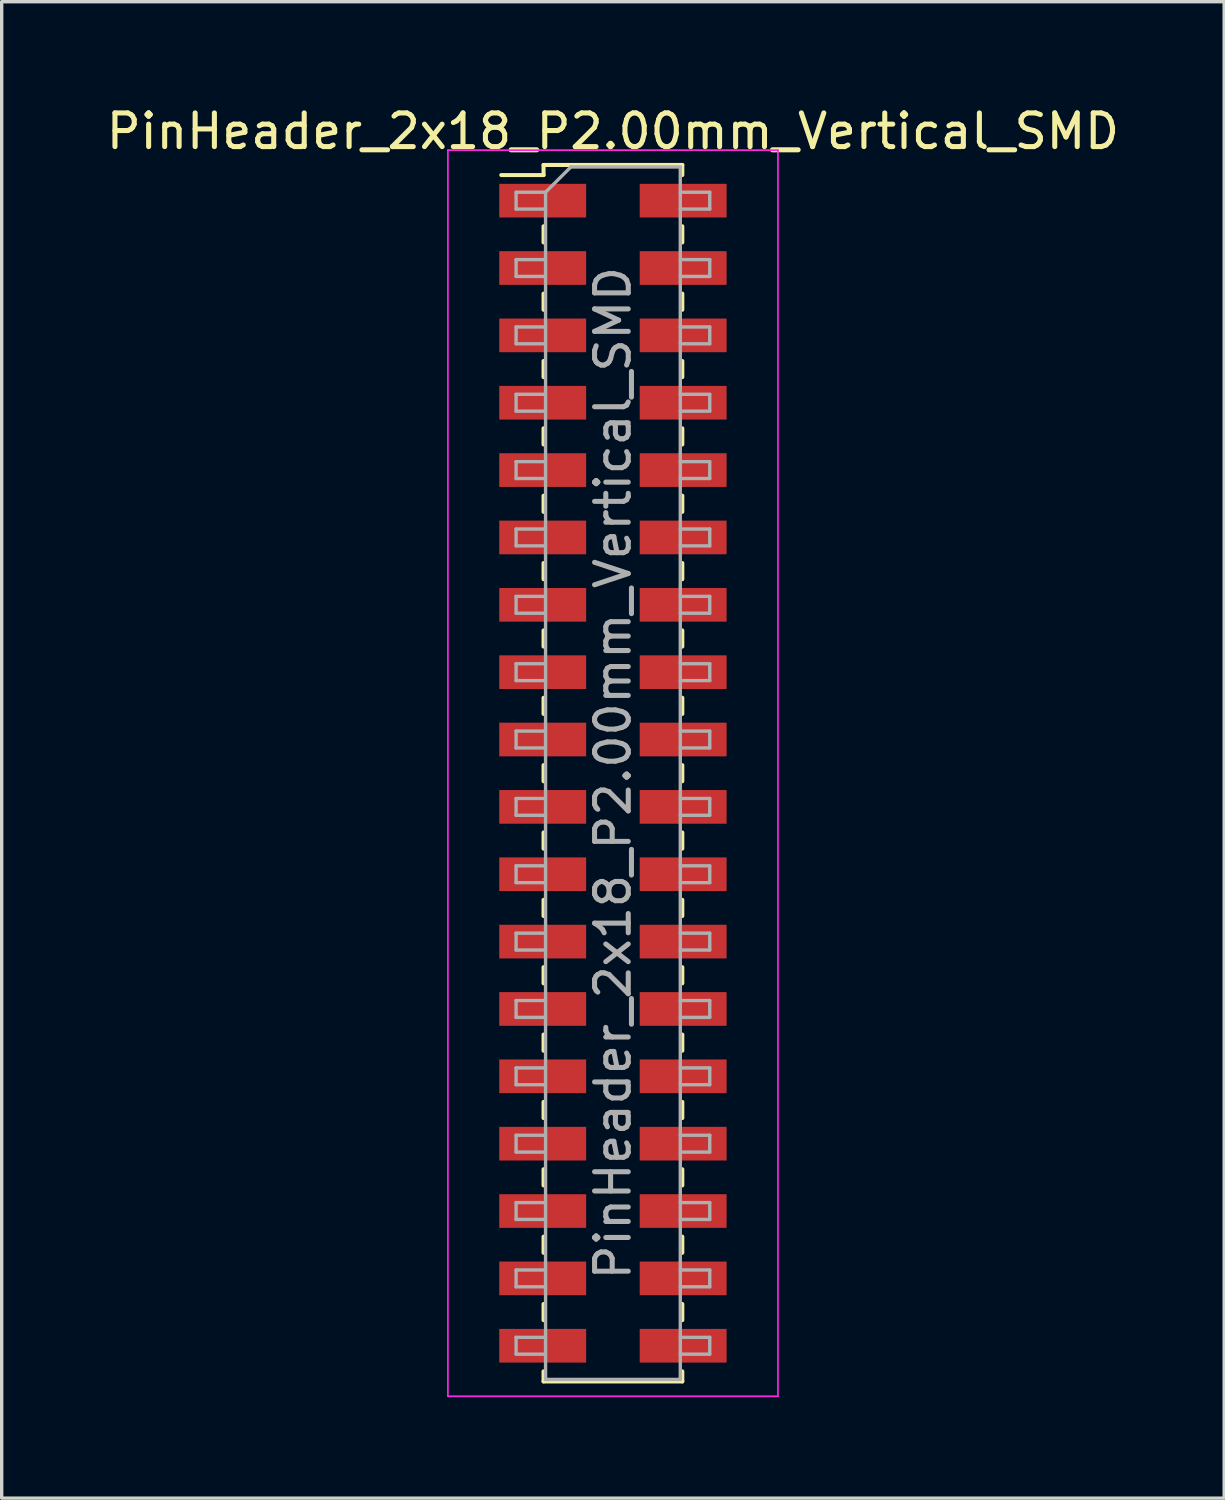
<source format=kicad_pcb>
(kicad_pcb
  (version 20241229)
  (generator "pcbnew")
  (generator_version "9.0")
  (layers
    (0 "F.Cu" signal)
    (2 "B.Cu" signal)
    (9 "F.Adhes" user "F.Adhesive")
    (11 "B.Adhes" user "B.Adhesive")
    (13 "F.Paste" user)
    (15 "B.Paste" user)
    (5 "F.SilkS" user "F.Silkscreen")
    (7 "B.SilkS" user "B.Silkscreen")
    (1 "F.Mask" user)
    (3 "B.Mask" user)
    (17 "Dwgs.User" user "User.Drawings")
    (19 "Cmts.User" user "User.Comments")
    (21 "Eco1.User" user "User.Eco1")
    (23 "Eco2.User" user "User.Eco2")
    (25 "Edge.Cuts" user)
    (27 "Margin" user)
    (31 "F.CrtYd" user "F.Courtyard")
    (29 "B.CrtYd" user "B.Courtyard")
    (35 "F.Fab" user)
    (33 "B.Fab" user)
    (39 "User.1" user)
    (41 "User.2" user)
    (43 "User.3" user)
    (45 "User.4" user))
  (footprint "PinHeader_2x18_P2.00mm_Vertical_SMD"
    (layer "F.Cu")
    (at 15.149 19.908)
    (property "Reference" "PinHeader_2x18_P2.00mm_Vertical_SMD" (at 0 -19.06 0) (layer "F.SilkS") (effects (font (size 1 1) (thickness 0.15))))
    (attr smd)
    (fp_line (start -3.315 -17.76) (end -2.06 -17.76) (stroke (width 0.12) (type solid)) (layer "F.SilkS"))
    (fp_line (start -2.06 -18.06) (end -2.06 -17.76) (stroke (width 0.12) (type solid)) (layer "F.SilkS"))
    (fp_line (start -2.06 -18.06) (end 2.06 -18.06) (stroke (width 0.12) (type solid)) (layer "F.SilkS"))
    (fp_line (start -2.06 -16.24) (end -2.06 -15.76) (stroke (width 0.12) (type solid)) (layer "F.SilkS"))
    (fp_line (start -2.06 -14.24) (end -2.06 -13.76) (stroke (width 0.12) (type solid)) (layer "F.SilkS"))
    (fp_line (start -2.06 -12.24) (end -2.06 -11.76) (stroke (width 0.12) (type solid)) (layer "F.SilkS"))
    (fp_line (start -2.06 -10.24) (end -2.06 -9.76) (stroke (width 0.12) (type solid)) (layer "F.SilkS"))
    (fp_line (start -2.06 -8.24) (end -2.06 -7.76) (stroke (width 0.12) (type solid)) (layer "F.SilkS"))
    (fp_line (start -2.06 -6.24) (end -2.06 -5.76) (stroke (width 0.12) (type solid)) (layer "F.SilkS"))
    (fp_line (start -2.06 -4.24) (end -2.06 -3.76) (stroke (width 0.12) (type solid)) (layer "F.SilkS"))
    (fp_line (start -2.06 -2.24) (end -2.06 -1.76) (stroke (width 0.12) (type solid)) (layer "F.SilkS"))
    (fp_line (start -2.06 -0.24) (end -2.06 0.24) (stroke (width 0.12) (type solid)) (layer "F.SilkS"))
    (fp_line (start -2.06 1.76) (end -2.06 2.24) (stroke (width 0.12) (type solid)) (layer "F.SilkS"))
    (fp_line (start -2.06 3.76) (end -2.06 4.24) (stroke (width 0.12) (type solid)) (layer "F.SilkS"))
    (fp_line (start -2.06 5.76) (end -2.06 6.24) (stroke (width 0.12) (type solid)) (layer "F.SilkS"))
    (fp_line (start -2.06 7.76) (end -2.06 8.24) (stroke (width 0.12) (type solid)) (layer "F.SilkS"))
    (fp_line (start -2.06 9.76) (end -2.06 10.24) (stroke (width 0.12) (type solid)) (layer "F.SilkS"))
    (fp_line (start -2.06 11.76) (end -2.06 12.24) (stroke (width 0.12) (type solid)) (layer "F.SilkS"))
    (fp_line (start -2.06 13.76) (end -2.06 14.24) (stroke (width 0.12) (type solid)) (layer "F.SilkS"))
    (fp_line (start -2.06 15.76) (end -2.06 16.24) (stroke (width 0.12) (type solid)) (layer "F.SilkS"))
    (fp_line (start -2.06 17.76) (end -2.06 18.06) (stroke (width 0.12) (type solid)) (layer "F.SilkS"))
    (fp_line (start -2.06 18.06) (end 2.06 18.06) (stroke (width 0.12) (type solid)) (layer "F.SilkS"))
    (fp_line (start 2.06 -18.06) (end 2.06 -17.76) (stroke (width 0.12) (type solid)) (layer "F.SilkS"))
    (fp_line (start 2.06 -16.24) (end 2.06 -15.76) (stroke (width 0.12) (type solid)) (layer "F.SilkS"))
    (fp_line (start 2.06 -14.24) (end 2.06 -13.76) (stroke (width 0.12) (type solid)) (layer "F.SilkS"))
    (fp_line (start 2.06 -12.24) (end 2.06 -11.76) (stroke (width 0.12) (type solid)) (layer "F.SilkS"))
    (fp_line (start 2.06 -10.24) (end 2.06 -9.76) (stroke (width 0.12) (type solid)) (layer "F.SilkS"))
    (fp_line (start 2.06 -8.24) (end 2.06 -7.76) (stroke (width 0.12) (type solid)) (layer "F.SilkS"))
    (fp_line (start 2.06 -6.24) (end 2.06 -5.76) (stroke (width 0.12) (type solid)) (layer "F.SilkS"))
    (fp_line (start 2.06 -4.24) (end 2.06 -3.76) (stroke (width 0.12) (type solid)) (layer "F.SilkS"))
    (fp_line (start 2.06 -2.24) (end 2.06 -1.76) (stroke (width 0.12) (type solid)) (layer "F.SilkS"))
    (fp_line (start 2.06 -0.24) (end 2.06 0.24) (stroke (width 0.12) (type solid)) (layer "F.SilkS"))
    (fp_line (start 2.06 1.76) (end 2.06 2.24) (stroke (width 0.12) (type solid)) (layer "F.SilkS"))
    (fp_line (start 2.06 3.76) (end 2.06 4.24) (stroke (width 0.12) (type solid)) (layer "F.SilkS"))
    (fp_line (start 2.06 5.76) (end 2.06 6.24) (stroke (width 0.12) (type solid)) (layer "F.SilkS"))
    (fp_line (start 2.06 7.76) (end 2.06 8.24) (stroke (width 0.12) (type solid)) (layer "F.SilkS"))
    (fp_line (start 2.06 9.76) (end 2.06 10.24) (stroke (width 0.12) (type solid)) (layer "F.SilkS"))
    (fp_line (start 2.06 11.76) (end 2.06 12.24) (stroke (width 0.12) (type solid)) (layer "F.SilkS"))
    (fp_line (start 2.06 13.76) (end 2.06 14.24) (stroke (width 0.12) (type solid)) (layer "F.SilkS"))
    (fp_line (start 2.06 15.76) (end 2.06 16.24) (stroke (width 0.12) (type solid)) (layer "F.SilkS"))
    (fp_line (start 2.06 17.76) (end 2.06 18.06) (stroke (width 0.12) (type solid)) (layer "F.SilkS"))
    (fp_line (start -4.9 -18.5) (end -4.9 18.5) (stroke (width 0.05) (type solid)) (layer "F.CrtYd"))
    (fp_line (start -4.9 18.5) (end 4.9 18.5) (stroke (width 0.05) (type solid)) (layer "F.CrtYd"))
    (fp_line (start 4.9 -18.5) (end -4.9 -18.5) (stroke (width 0.05) (type solid)) (layer "F.CrtYd"))
    (fp_line (start 4.9 18.5) (end 4.9 -18.5) (stroke (width 0.05) (type solid)) (layer "F.CrtYd"))
    (fp_line (start -2.875 -17.25) (end -2.875 -16.75) (stroke (width 0.1) (type solid)) (layer "F.Fab"))
    (fp_line (start -2.875 -16.75) (end -2 -16.75) (stroke (width 0.1) (type solid)) (layer "F.Fab"))
    (fp_line (start -2.875 -15.25) (end -2.875 -14.75) (stroke (width 0.1) (type solid)) (layer "F.Fab"))
    (fp_line (start -2.875 -14.75) (end -2 -14.75) (stroke (width 0.1) (type solid)) (layer "F.Fab"))
    (fp_line (start -2.875 -13.25) (end -2.875 -12.75) (stroke (width 0.1) (type solid)) (layer "F.Fab"))
    (fp_line (start -2.875 -12.75) (end -2 -12.75) (stroke (width 0.1) (type solid)) (layer "F.Fab"))
    (fp_line (start -2.875 -11.25) (end -2.875 -10.75) (stroke (width 0.1) (type solid)) (layer "F.Fab"))
    (fp_line (start -2.875 -10.75) (end -2 -10.75) (stroke (width 0.1) (type solid)) (layer "F.Fab"))
    (fp_line (start -2.875 -9.25) (end -2.875 -8.75) (stroke (width 0.1) (type solid)) (layer "F.Fab"))
    (fp_line (start -2.875 -8.75) (end -2 -8.75) (stroke (width 0.1) (type solid)) (layer "F.Fab"))
    (fp_line (start -2.875 -7.25) (end -2.875 -6.75) (stroke (width 0.1) (type solid)) (layer "F.Fab"))
    (fp_line (start -2.875 -6.75) (end -2 -6.75) (stroke (width 0.1) (type solid)) (layer "F.Fab"))
    (fp_line (start -2.875 -5.25) (end -2.875 -4.75) (stroke (width 0.1) (type solid)) (layer "F.Fab"))
    (fp_line (start -2.875 -4.75) (end -2 -4.75) (stroke (width 0.1) (type solid)) (layer "F.Fab"))
    (fp_line (start -2.875 -3.25) (end -2.875 -2.75) (stroke (width 0.1) (type solid)) (layer "F.Fab"))
    (fp_line (start -2.875 -2.75) (end -2 -2.75) (stroke (width 0.1) (type solid)) (layer "F.Fab"))
    (fp_line (start -2.875 -1.25) (end -2.875 -0.75) (stroke (width 0.1) (type solid)) (layer "F.Fab"))
    (fp_line (start -2.875 -0.75) (end -2 -0.75) (stroke (width 0.1) (type solid)) (layer "F.Fab"))
    (fp_line (start -2.875 0.75) (end -2.875 1.25) (stroke (width 0.1) (type solid)) (layer "F.Fab"))
    (fp_line (start -2.875 1.25) (end -2 1.25) (stroke (width 0.1) (type solid)) (layer "F.Fab"))
    (fp_line (start -2.875 2.75) (end -2.875 3.25) (stroke (width 0.1) (type solid)) (layer "F.Fab"))
    (fp_line (start -2.875 3.25) (end -2 3.25) (stroke (width 0.1) (type solid)) (layer "F.Fab"))
    (fp_line (start -2.875 4.75) (end -2.875 5.25) (stroke (width 0.1) (type solid)) (layer "F.Fab"))
    (fp_line (start -2.875 5.25) (end -2 5.25) (stroke (width 0.1) (type solid)) (layer "F.Fab"))
    (fp_line (start -2.875 6.75) (end -2.875 7.25) (stroke (width 0.1) (type solid)) (layer "F.Fab"))
    (fp_line (start -2.875 7.25) (end -2 7.25) (stroke (width 0.1) (type solid)) (layer "F.Fab"))
    (fp_line (start -2.875 8.75) (end -2.875 9.25) (stroke (width 0.1) (type solid)) (layer "F.Fab"))
    (fp_line (start -2.875 9.25) (end -2 9.25) (stroke (width 0.1) (type solid)) (layer "F.Fab"))
    (fp_line (start -2.875 10.75) (end -2.875 11.25) (stroke (width 0.1) (type solid)) (layer "F.Fab"))
    (fp_line (start -2.875 11.25) (end -2 11.25) (stroke (width 0.1) (type solid)) (layer "F.Fab"))
    (fp_line (start -2.875 12.75) (end -2.875 13.25) (stroke (width 0.1) (type solid)) (layer "F.Fab"))
    (fp_line (start -2.875 13.25) (end -2 13.25) (stroke (width 0.1) (type solid)) (layer "F.Fab"))
    (fp_line (start -2.875 14.75) (end -2.875 15.25) (stroke (width 0.1) (type solid)) (layer "F.Fab"))
    (fp_line (start -2.875 15.25) (end -2 15.25) (stroke (width 0.1) (type solid)) (layer "F.Fab"))
    (fp_line (start -2.875 16.75) (end -2.875 17.25) (stroke (width 0.1) (type solid)) (layer "F.Fab"))
    (fp_line (start -2.875 17.25) (end -2 17.25) (stroke (width 0.1) (type solid)) (layer "F.Fab"))
    (fp_line (start -2 -17.25) (end -2.875 -17.25) (stroke (width 0.1) (type solid)) (layer "F.Fab"))
    (fp_line (start -2 -17.25) (end -1.25 -18) (stroke (width 0.1) (type solid)) (layer "F.Fab"))
    (fp_line (start -2 -15.25) (end -2.875 -15.25) (stroke (width 0.1) (type solid)) (layer "F.Fab"))
    (fp_line (start -2 -13.25) (end -2.875 -13.25) (stroke (width 0.1) (type solid)) (layer "F.Fab"))
    (fp_line (start -2 -11.25) (end -2.875 -11.25) (stroke (width 0.1) (type solid)) (layer "F.Fab"))
    (fp_line (start -2 -9.25) (end -2.875 -9.25) (stroke (width 0.1) (type solid)) (layer "F.Fab"))
    (fp_line (start -2 -7.25) (end -2.875 -7.25) (stroke (width 0.1) (type solid)) (layer "F.Fab"))
    (fp_line (start -2 -5.25) (end -2.875 -5.25) (stroke (width 0.1) (type solid)) (layer "F.Fab"))
    (fp_line (start -2 -3.25) (end -2.875 -3.25) (stroke (width 0.1) (type solid)) (layer "F.Fab"))
    (fp_line (start -2 -1.25) (end -2.875 -1.25) (stroke (width 0.1) (type solid)) (layer "F.Fab"))
    (fp_line (start -2 0.75) (end -2.875 0.75) (stroke (width 0.1) (type solid)) (layer "F.Fab"))
    (fp_line (start -2 2.75) (end -2.875 2.75) (stroke (width 0.1) (type solid)) (layer "F.Fab"))
    (fp_line (start -2 4.75) (end -2.875 4.75) (stroke (width 0.1) (type solid)) (layer "F.Fab"))
    (fp_line (start -2 6.75) (end -2.875 6.75) (stroke (width 0.1) (type solid)) (layer "F.Fab"))
    (fp_line (start -2 8.75) (end -2.875 8.75) (stroke (width 0.1) (type solid)) (layer "F.Fab"))
    (fp_line (start -2 10.75) (end -2.875 10.75) (stroke (width 0.1) (type solid)) (layer "F.Fab"))
    (fp_line (start -2 12.75) (end -2.875 12.75) (stroke (width 0.1) (type solid)) (layer "F.Fab"))
    (fp_line (start -2 14.75) (end -2.875 14.75) (stroke (width 0.1) (type solid)) (layer "F.Fab"))
    (fp_line (start -2 16.75) (end -2.875 16.75) (stroke (width 0.1) (type solid)) (layer "F.Fab"))
    (fp_line (start -2 18) (end -2 -17.25) (stroke (width 0.1) (type solid)) (layer "F.Fab"))
    (fp_line (start -1.25 -18) (end 2 -18) (stroke (width 0.1) (type solid)) (layer "F.Fab"))
    (fp_line (start 2 -18) (end 2 18) (stroke (width 0.1) (type solid)) (layer "F.Fab"))
    (fp_line (start 2 -17.25) (end 2.875 -17.25) (stroke (width 0.1) (type solid)) (layer "F.Fab"))
    (fp_line (start 2 -15.25) (end 2.875 -15.25) (stroke (width 0.1) (type solid)) (layer "F.Fab"))
    (fp_line (start 2 -13.25) (end 2.875 -13.25) (stroke (width 0.1) (type solid)) (layer "F.Fab"))
    (fp_line (start 2 -11.25) (end 2.875 -11.25) (stroke (width 0.1) (type solid)) (layer "F.Fab"))
    (fp_line (start 2 -9.25) (end 2.875 -9.25) (stroke (width 0.1) (type solid)) (layer "F.Fab"))
    (fp_line (start 2 -7.25) (end 2.875 -7.25) (stroke (width 0.1) (type solid)) (layer "F.Fab"))
    (fp_line (start 2 -5.25) (end 2.875 -5.25) (stroke (width 0.1) (type solid)) (layer "F.Fab"))
    (fp_line (start 2 -3.25) (end 2.875 -3.25) (stroke (width 0.1) (type solid)) (layer "F.Fab"))
    (fp_line (start 2 -1.25) (end 2.875 -1.25) (stroke (width 0.1) (type solid)) (layer "F.Fab"))
    (fp_line (start 2 0.75) (end 2.875 0.75) (stroke (width 0.1) (type solid)) (layer "F.Fab"))
    (fp_line (start 2 2.75) (end 2.875 2.75) (stroke (width 0.1) (type solid)) (layer "F.Fab"))
    (fp_line (start 2 4.75) (end 2.875 4.75) (stroke (width 0.1) (type solid)) (layer "F.Fab"))
    (fp_line (start 2 6.75) (end 2.875 6.75) (stroke (width 0.1) (type solid)) (layer "F.Fab"))
    (fp_line (start 2 8.75) (end 2.875 8.75) (stroke (width 0.1) (type solid)) (layer "F.Fab"))
    (fp_line (start 2 10.75) (end 2.875 10.75) (stroke (width 0.1) (type solid)) (layer "F.Fab"))
    (fp_line (start 2 12.75) (end 2.875 12.75) (stroke (width 0.1) (type solid)) (layer "F.Fab"))
    (fp_line (start 2 14.75) (end 2.875 14.75) (stroke (width 0.1) (type solid)) (layer "F.Fab"))
    (fp_line (start 2 16.75) (end 2.875 16.75) (stroke (width 0.1) (type solid)) (layer "F.Fab"))
    (fp_line (start 2 18) (end -2 18) (stroke (width 0.1) (type solid)) (layer "F.Fab"))
    (fp_line (start 2.875 -17.25) (end 2.875 -16.75) (stroke (width 0.1) (type solid)) (layer "F.Fab"))
    (fp_line (start 2.875 -16.75) (end 2 -16.75) (stroke (width 0.1) (type solid)) (layer "F.Fab"))
    (fp_line (start 2.875 -15.25) (end 2.875 -14.75) (stroke (width 0.1) (type solid)) (layer "F.Fab"))
    (fp_line (start 2.875 -14.75) (end 2 -14.75) (stroke (width 0.1) (type solid)) (layer "F.Fab"))
    (fp_line (start 2.875 -13.25) (end 2.875 -12.75) (stroke (width 0.1) (type solid)) (layer "F.Fab"))
    (fp_line (start 2.875 -12.75) (end 2 -12.75) (stroke (width 0.1) (type solid)) (layer "F.Fab"))
    (fp_line (start 2.875 -11.25) (end 2.875 -10.75) (stroke (width 0.1) (type solid)) (layer "F.Fab"))
    (fp_line (start 2.875 -10.75) (end 2 -10.75) (stroke (width 0.1) (type solid)) (layer "F.Fab"))
    (fp_line (start 2.875 -9.25) (end 2.875 -8.75) (stroke (width 0.1) (type solid)) (layer "F.Fab"))
    (fp_line (start 2.875 -8.75) (end 2 -8.75) (stroke (width 0.1) (type solid)) (layer "F.Fab"))
    (fp_line (start 2.875 -7.25) (end 2.875 -6.75) (stroke (width 0.1) (type solid)) (layer "F.Fab"))
    (fp_line (start 2.875 -6.75) (end 2 -6.75) (stroke (width 0.1) (type solid)) (layer "F.Fab"))
    (fp_line (start 2.875 -5.25) (end 2.875 -4.75) (stroke (width 0.1) (type solid)) (layer "F.Fab"))
    (fp_line (start 2.875 -4.75) (end 2 -4.75) (stroke (width 0.1) (type solid)) (layer "F.Fab"))
    (fp_line (start 2.875 -3.25) (end 2.875 -2.75) (stroke (width 0.1) (type solid)) (layer "F.Fab"))
    (fp_line (start 2.875 -2.75) (end 2 -2.75) (stroke (width 0.1) (type solid)) (layer "F.Fab"))
    (fp_line (start 2.875 -1.25) (end 2.875 -0.75) (stroke (width 0.1) (type solid)) (layer "F.Fab"))
    (fp_line (start 2.875 -0.75) (end 2 -0.75) (stroke (width 0.1) (type solid)) (layer "F.Fab"))
    (fp_line (start 2.875 0.75) (end 2.875 1.25) (stroke (width 0.1) (type solid)) (layer "F.Fab"))
    (fp_line (start 2.875 1.25) (end 2 1.25) (stroke (width 0.1) (type solid)) (layer "F.Fab"))
    (fp_line (start 2.875 2.75) (end 2.875 3.25) (stroke (width 0.1) (type solid)) (layer "F.Fab"))
    (fp_line (start 2.875 3.25) (end 2 3.25) (stroke (width 0.1) (type solid)) (layer "F.Fab"))
    (fp_line (start 2.875 4.75) (end 2.875 5.25) (stroke (width 0.1) (type solid)) (layer "F.Fab"))
    (fp_line (start 2.875 5.25) (end 2 5.25) (stroke (width 0.1) (type solid)) (layer "F.Fab"))
    (fp_line (start 2.875 6.75) (end 2.875 7.25) (stroke (width 0.1) (type solid)) (layer "F.Fab"))
    (fp_line (start 2.875 7.25) (end 2 7.25) (stroke (width 0.1) (type solid)) (layer "F.Fab"))
    (fp_line (start 2.875 8.75) (end 2.875 9.25) (stroke (width 0.1) (type solid)) (layer "F.Fab"))
    (fp_line (start 2.875 9.25) (end 2 9.25) (stroke (width 0.1) (type solid)) (layer "F.Fab"))
    (fp_line (start 2.875 10.75) (end 2.875 11.25) (stroke (width 0.1) (type solid)) (layer "F.Fab"))
    (fp_line (start 2.875 11.25) (end 2 11.25) (stroke (width 0.1) (type solid)) (layer "F.Fab"))
    (fp_line (start 2.875 12.75) (end 2.875 13.25) (stroke (width 0.1) (type solid)) (layer "F.Fab"))
    (fp_line (start 2.875 13.25) (end 2 13.25) (stroke (width 0.1) (type solid)) (layer "F.Fab"))
    (fp_line (start 2.875 14.75) (end 2.875 15.25) (stroke (width 0.1) (type solid)) (layer "F.Fab"))
    (fp_line (start 2.875 15.25) (end 2 15.25) (stroke (width 0.1) (type solid)) (layer "F.Fab"))
    (fp_line (start 2.875 16.75) (end 2.875 17.25) (stroke (width 0.1) (type solid)) (layer "F.Fab"))
    (fp_line (start 2.875 17.25) (end 2 17.25) (stroke (width 0.1) (type solid)) (layer "F.Fab"))
    (fp_text user "${REFERENCE}" (at 0 0 90) (layer "F.Fab") (effects (font (size 1 1) (thickness 0.15))))
    (pad "1" smd rect (at -2.085 -17) (size 2.58 1) (layers "F.Cu" "F.Mask" "F.Paste"))
    (pad "2" smd rect (at 2.085 -17) (size 2.58 1) (layers "F.Cu" "F.Mask" "F.Paste"))
    (pad "3" smd rect (at -2.085 -15) (size 2.58 1) (layers "F.Cu" "F.Mask" "F.Paste"))
    (pad "4" smd rect (at 2.085 -15) (size 2.58 1) (layers "F.Cu" "F.Mask" "F.Paste"))
    (pad "5" smd rect (at -2.085 -13) (size 2.58 1) (layers "F.Cu" "F.Mask" "F.Paste"))
    (pad "6" smd rect (at 2.085 -13) (size 2.58 1) (layers "F.Cu" "F.Mask" "F.Paste"))
    (pad "7" smd rect (at -2.085 -11) (size 2.58 1) (layers "F.Cu" "F.Mask" "F.Paste"))
    (pad "8" smd rect (at 2.085 -11) (size 2.58 1) (layers "F.Cu" "F.Mask" "F.Paste"))
    (pad "9" smd rect (at -2.085 -9) (size 2.58 1) (layers "F.Cu" "F.Mask" "F.Paste"))
    (pad "10" smd rect (at 2.085 -9) (size 2.58 1) (layers "F.Cu" "F.Mask" "F.Paste"))
    (pad "11" smd rect (at -2.085 -7) (size 2.58 1) (layers "F.Cu" "F.Mask" "F.Paste"))
    (pad "12" smd rect (at 2.085 -7) (size 2.58 1) (layers "F.Cu" "F.Mask" "F.Paste"))
    (pad "13" smd rect (at -2.085 -5) (size 2.58 1) (layers "F.Cu" "F.Mask" "F.Paste"))
    (pad "14" smd rect (at 2.085 -5) (size 2.58 1) (layers "F.Cu" "F.Mask" "F.Paste"))
    (pad "15" smd rect (at -2.085 -3) (size 2.58 1) (layers "F.Cu" "F.Mask" "F.Paste"))
    (pad "16" smd rect (at 2.085 -3) (size 2.58 1) (layers "F.Cu" "F.Mask" "F.Paste"))
    (pad "17" smd rect (at -2.085 -1) (size 2.58 1) (layers "F.Cu" "F.Mask" "F.Paste"))
    (pad "18" smd rect (at 2.085 -1) (size 2.58 1) (layers "F.Cu" "F.Mask" "F.Paste"))
    (pad "19" smd rect (at -2.085 1) (size 2.58 1) (layers "F.Cu" "F.Mask" "F.Paste"))
    (pad "20" smd rect (at 2.085 1) (size 2.58 1) (layers "F.Cu" "F.Mask" "F.Paste"))
    (pad "21" smd rect (at -2.085 3) (size 2.58 1) (layers "F.Cu" "F.Mask" "F.Paste"))
    (pad "22" smd rect (at 2.085 3) (size 2.58 1) (layers "F.Cu" "F.Mask" "F.Paste"))
    (pad "23" smd rect (at -2.085 5) (size 2.58 1) (layers "F.Cu" "F.Mask" "F.Paste"))
    (pad "24" smd rect (at 2.085 5) (size 2.58 1) (layers "F.Cu" "F.Mask" "F.Paste"))
    (pad "25" smd rect (at -2.085 7) (size 2.58 1) (layers "F.Cu" "F.Mask" "F.Paste"))
    (pad "26" smd rect (at 2.085 7) (size 2.58 1) (layers "F.Cu" "F.Mask" "F.Paste"))
    (pad "27" smd rect (at -2.085 9) (size 2.58 1) (layers "F.Cu" "F.Mask" "F.Paste"))
    (pad "28" smd rect (at 2.085 9) (size 2.58 1) (layers "F.Cu" "F.Mask" "F.Paste"))
    (pad "29" smd rect (at -2.085 11) (size 2.58 1) (layers "F.Cu" "F.Mask" "F.Paste"))
    (pad "30" smd rect (at 2.085 11) (size 2.58 1) (layers "F.Cu" "F.Mask" "F.Paste"))
    (pad "31" smd rect (at -2.085 13) (size 2.58 1) (layers "F.Cu" "F.Mask" "F.Paste"))
    (pad "32" smd rect (at 2.085 13) (size 2.58 1) (layers "F.Cu" "F.Mask" "F.Paste"))
    (pad "33" smd rect (at -2.085 15) (size 2.58 1) (layers "F.Cu" "F.Mask" "F.Paste"))
    (pad "34" smd rect (at 2.085 15) (size 2.58 1) (layers "F.Cu" "F.Mask" "F.Paste"))
    (pad "35" smd rect (at -2.085 17) (size 2.58 1) (layers "F.Cu" "F.Mask" "F.Paste"))
    (pad "36" smd rect (at 2.085 17) (size 2.58 1) (layers "F.Cu" "F.Mask" "F.Paste")))
  (gr_rect
    (start -3 -3)
    (end 33.298 41.433)
    (stroke (width 0.1) (type default))
    (fill no)
    (layer "Edge.Cuts")))
</source>
